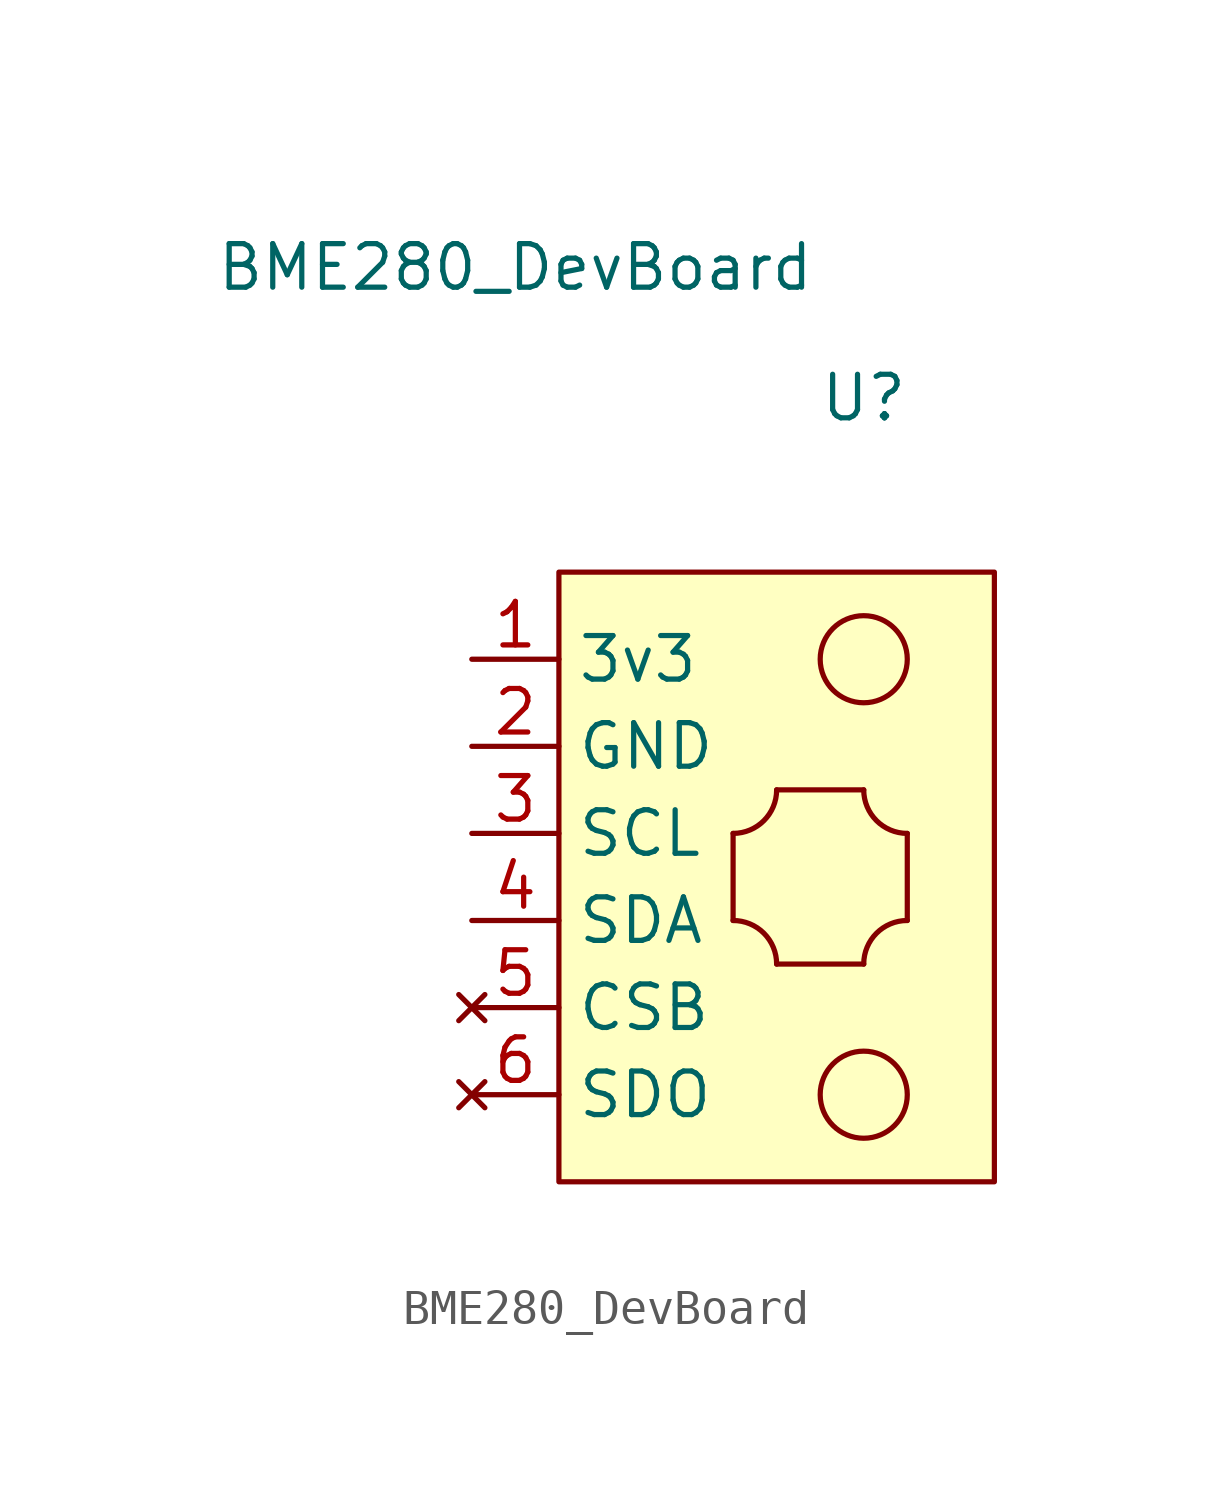
<source format=kicad_sym>
(kicad_symbol_lib
  (version 20211014)
  (generator kicad_symbol_editor)
  (symbol "BME280_DevBoard"
    (property "Reference" "U"
      (at 8.89 5.08 0)
      (effects (font (size 1.27 1.27))))
    (property "Value" "BME280_DevBoard"
      (at -1.27 8.89 0)
      (effects (font (size 1.27 1.27))))
    (symbol "BME280_DevBoard_0_1"
      (polyline (pts (xy 5.08 -7.62) (xy 5.08 -10.16)) (stroke (width 0.152) (type default) (color 0 0 0 0)) (fill (type none)))
      (polyline (pts (xy 6.35 -11.43) (xy 8.89 -11.43)) (stroke (width 0.152) (type default) (color 0 0 0 0)) (fill (type none)))
      (polyline (pts (xy 8.89 -6.35) (xy 6.35 -6.35)) (stroke (width 0.152) (type default) (color 0 0 0 0)) (fill (type none)))
      (polyline (pts (xy 10.16 -7.62) (xy 10.16 -10.16)) (stroke (width 0.152) (type default) (color 0 0 0 0)) (fill (type none)))
      (rectangle (start 0 0) (end 12.7 -17.78) (stroke (width 0.152) (type default) (color 0 0 0 0)) (fill (type background)))
      (arc (start 5.08 -7.62) (mid 7.248 -8.518) (end 6.35 -6.35) (stroke (width 0.1524) (type default) (color 0 0 0 0)) (fill (type none)))
      (arc (start 6.35 -11.43) (mid 7.248 -9.262) (end 5.08 -10.16) (stroke (width 0.1524) (type default) (color 0 0 0 0)) (fill (type none)))
      (circle (center 8.89 -15.24) (radius 1.27) (stroke (width 0.152) (type default) (color 0 0 0 0)) (fill (type none)))
      (arc (start 8.89 -6.35) (mid 7.992 -8.518) (end 10.16 -7.62) (stroke (width 0.1524) (type default) (color 0 0 0 0)) (fill (type none)))
      (circle (center 8.89 -2.54) (radius 1.27) (stroke (width 0.152) (type default) (color 0 0 0 0)) (fill (type none)))
      (arc (start 10.16 -10.16) (mid 7.992 -9.262) (end 8.89 -11.43) (stroke (width 0.1524) (type default) (color 0 0 0 0)) (fill (type none))))
    (symbol "BME280_DevBoard_1_1"
      (pin input line (at -2.54 -2.54 0) (length 2.54) (name "3v3" (effects (font (size 1.27 1.27)))) (number "1" (effects (font (size 1.27 1.27)))))
      (pin input line (at -2.54 -5.08 0) (length 2.54) (name "GND" (effects (font (size 1.27 1.27)))) (number "2" (effects (font (size 1.27 1.27)))))
      (pin input line (at -2.54 -7.62 0) (length 2.54) (name "SCL" (effects (font (size 1.27 1.27)))) (number "3" (effects (font (size 1.27 1.27)))))
      (pin input line (at -2.54 -10.16 0) (length 2.54) (name "SDA" (effects (font (size 1.27 1.27)))) (number "4" (effects (font (size 1.27 1.27)))))
      (pin no_connect line (at -2.54 -12.7 0) (length 2.54) (name "CSB" (effects (font (size 1.27 1.27)))) (number "5" (effects (font (size 1.27 1.27)))))
      (pin no_connect line (at -2.54 -15.24 0) (length 2.54) (name "SDO" (effects (font (size 1.27 1.27)))) (number "6" (effects (font (size 1.27 1.27))))))))
</source>
